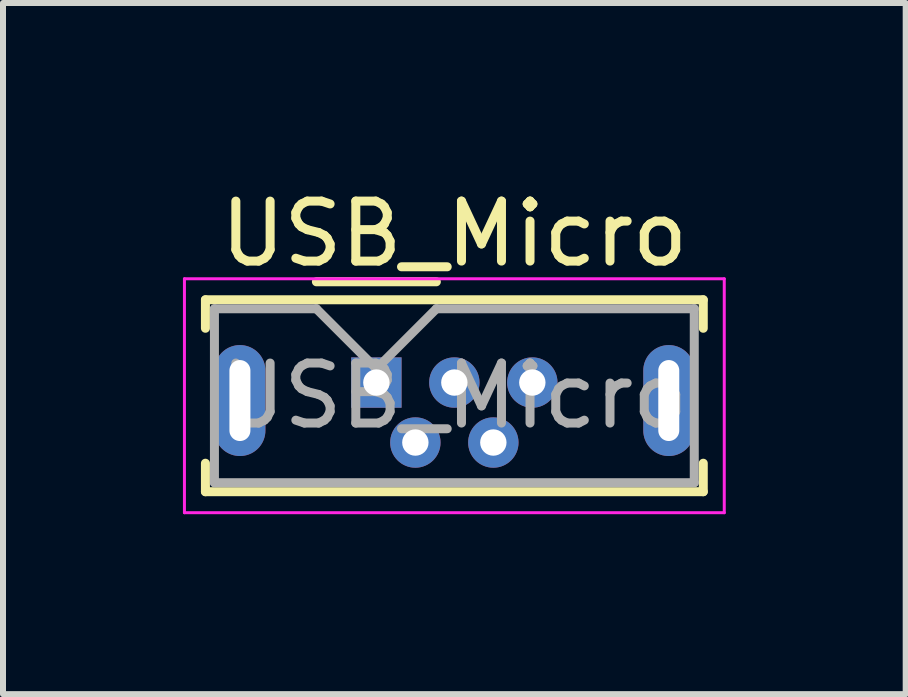
<source format=kicad_pcb>
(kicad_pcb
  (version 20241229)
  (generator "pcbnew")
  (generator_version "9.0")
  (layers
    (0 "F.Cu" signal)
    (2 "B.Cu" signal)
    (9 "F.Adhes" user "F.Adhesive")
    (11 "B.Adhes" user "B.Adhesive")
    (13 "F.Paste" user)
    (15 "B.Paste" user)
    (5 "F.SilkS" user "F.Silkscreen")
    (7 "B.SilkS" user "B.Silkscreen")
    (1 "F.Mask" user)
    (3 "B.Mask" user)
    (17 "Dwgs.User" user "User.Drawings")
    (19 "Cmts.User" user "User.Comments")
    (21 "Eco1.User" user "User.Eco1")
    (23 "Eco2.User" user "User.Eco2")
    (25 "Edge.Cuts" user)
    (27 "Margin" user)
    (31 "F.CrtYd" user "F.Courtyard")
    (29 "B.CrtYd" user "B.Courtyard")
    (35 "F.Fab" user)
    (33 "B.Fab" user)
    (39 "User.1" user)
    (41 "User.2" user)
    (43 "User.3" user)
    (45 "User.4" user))
  (footprint "USB_Micro"
    (layer "F.Cu")
    (at 3.225 3.328)
    (property "Reference" "USB_Micro" (at 1.3 -2.48 0) (layer "F.SilkS") (effects (font (size 1 1) (thickness 0.15))))
    (attr through_hole)
    (fp_line (start -2.85 -1.38) (end 5.45 -1.38) (stroke (width 0.15) (type solid)) (layer "F.SilkS"))
    (fp_line (start -2.85 -0.905) (end -2.85 -1.38) (stroke (width 0.15) (type solid)) (layer "F.SilkS"))
    (fp_line (start -2.85 1.345) (end -2.85 1.82) (stroke (width 0.15) (type solid)) (layer "F.SilkS"))
    (fp_line (start -2.85 1.82) (end 5.45 1.82) (stroke (width 0.15) (type solid)) (layer "F.SilkS"))
    (fp_line (start -1 -1.68) (end 1 -1.68) (stroke (width 0.15) (type solid)) (layer "F.SilkS"))
    (fp_line (start 5.45 -1.38) (end 5.45 -0.905) (stroke (width 0.15) (type solid)) (layer "F.SilkS"))
    (fp_line (start 5.45 1.82) (end 5.45 1.345) (stroke (width 0.15) (type solid)) (layer "F.SilkS"))
    (fp_line (start -3.2 -1.73) (end -3.2 2.17) (stroke (width 0.05) (type solid)) (layer "F.CrtYd"))
    (fp_line (start -3.2 2.17) (end 5.8 2.17) (stroke (width 0.05) (type solid)) (layer "F.CrtYd"))
    (fp_line (start 5.8 -1.73) (end -3.2 -1.73) (stroke (width 0.05) (type solid)) (layer "F.CrtYd"))
    (fp_line (start 5.8 2.17) (end 5.8 -1.73) (stroke (width 0.05) (type solid)) (layer "F.CrtYd"))
    (fp_line (start -2.7 -1.23) (end -1 -1.23) (stroke (width 0.15) (type solid)) (layer "F.Fab"))
    (fp_line (start -2.7 1.67) (end -2.7 -1.23) (stroke (width 0.15) (type solid)) (layer "F.Fab"))
    (fp_line (start -1 -1.23) (end 0 -0.23) (stroke (width 0.15) (type solid)) (layer "F.Fab"))
    (fp_line (start 0 -0.23) (end 1 -1.23) (stroke (width 0.15) (type solid)) (layer "F.Fab"))
    (fp_line (start 1 -1.23) (end 5.3 -1.23) (stroke (width 0.15) (type solid)) (layer "F.Fab"))
    (fp_line (start 5.3 -1.23) (end 5.3 1.67) (stroke (width 0.15) (type solid)) (layer "F.Fab"))
    (fp_line (start 5.3 1.67) (end -2.7 1.67) (stroke (width 0.15) (type solid)) (layer "F.Fab"))
    (fp_text user "${REFERENCE}" (at 1.3 0.22 0) (layer "F.Fab") (effects (font (size 1 1) (thickness 0.15))))
    (pad "1" thru_hole rect (at 0 0) (size 0.84 0.84) (drill 0.44) (layers "*.Cu" "*.Mask"))
    (pad "2" thru_hole circle (at 0.65 1) (size 0.84 0.84) (drill 0.44) (layers "*.Cu" "*.Mask"))
    (pad "3" thru_hole circle (at 1.3 0) (size 0.84 0.84) (drill 0.44) (layers "*.Cu" "*.Mask"))
    (pad "4" thru_hole circle (at 1.95 1) (size 0.84 0.84) (drill 0.44) (layers "*.Cu" "*.Mask"))
    (pad "5" thru_hole circle (at 2.6 0) (size 0.84 0.84) (drill 0.44) (layers "*.Cu" "*.Mask"))
    (pad "6" thru_hole oval (at -2.275 0.3) (size 0.85 1.85) (drill oval 0.35 1.35) (layers "*.Cu" "*.Mask"))
    (pad "6" thru_hole oval (at 4.875 0.3) (size 0.85 1.85) (drill oval 0.35 1.35) (layers "*.Cu" "*.Mask")))
  (gr_rect
    (start -3 -3)
    (end 12.05 8.523)
    (stroke (width 0.1) (type default))
    (fill no)
    (layer "Edge.Cuts")))
</source>
